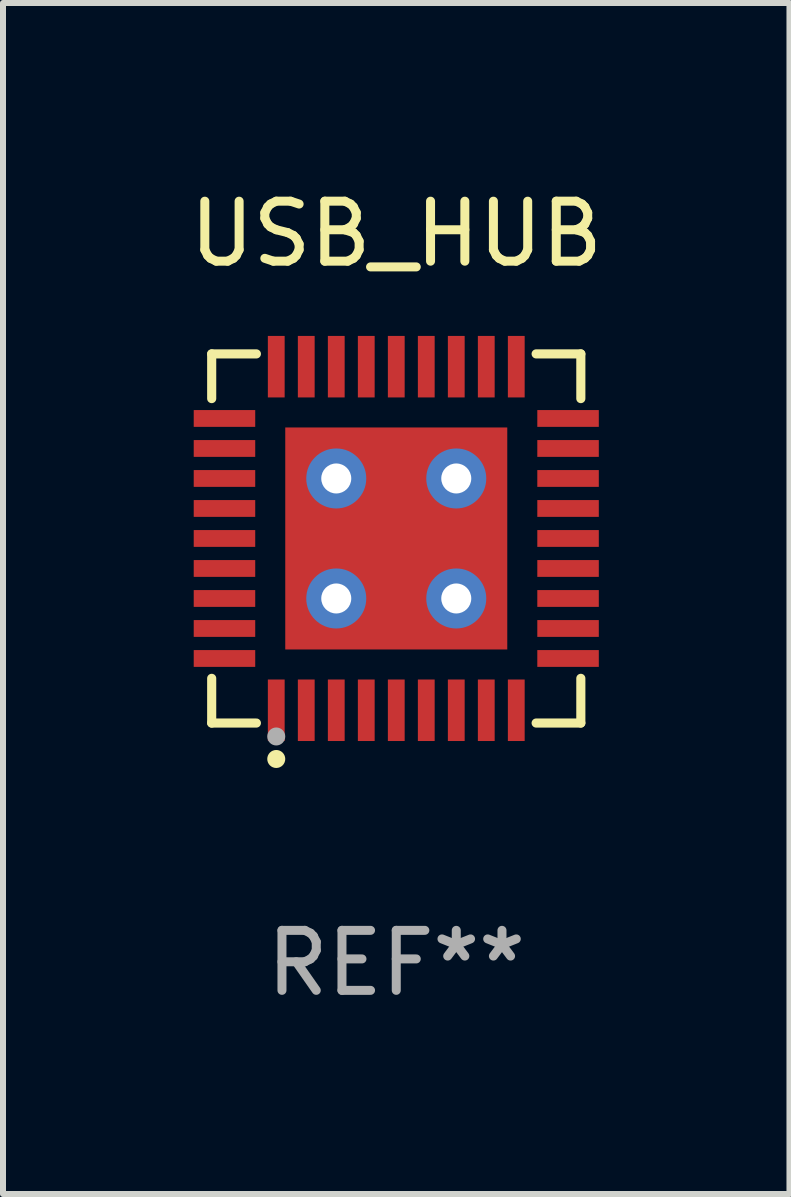
<source format=kicad_pcb>
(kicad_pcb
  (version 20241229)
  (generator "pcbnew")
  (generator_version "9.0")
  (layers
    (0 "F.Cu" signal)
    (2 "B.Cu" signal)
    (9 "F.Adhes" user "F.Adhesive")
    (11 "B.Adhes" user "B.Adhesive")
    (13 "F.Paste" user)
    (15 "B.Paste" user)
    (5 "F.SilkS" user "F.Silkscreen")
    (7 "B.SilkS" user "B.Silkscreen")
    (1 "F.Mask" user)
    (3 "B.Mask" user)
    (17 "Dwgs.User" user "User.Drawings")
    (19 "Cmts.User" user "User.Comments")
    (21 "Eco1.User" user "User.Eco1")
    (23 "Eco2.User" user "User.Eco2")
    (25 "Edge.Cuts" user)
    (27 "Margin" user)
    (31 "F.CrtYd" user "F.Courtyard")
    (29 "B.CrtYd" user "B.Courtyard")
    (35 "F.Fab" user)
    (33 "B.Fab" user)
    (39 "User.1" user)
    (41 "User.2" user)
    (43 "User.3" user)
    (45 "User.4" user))
  (footprint "USB_HUB"
    (layer "F.Cu")
    (at 3.554 5.924)
    (property "Reference" "USB_HUB" (at 0 -5.076 0) (layer "F.SilkS") (effects (font (size 1 1) (thickness 0.15))))
    (attr through_hole)
    (fp_line (start -3.076 -3.076) (end -2.331 -3.076) (stroke (width 0.152) (type solid)) (layer "F.SilkS"))
    (fp_line (start -3.076 -2.331) (end -3.076 -3.076) (stroke (width 0.152) (type solid)) (layer "F.SilkS"))
    (fp_line (start -3.076 2.331) (end -3.076 3.076) (stroke (width 0.152) (type solid)) (layer "F.SilkS"))
    (fp_line (start -3.076 3.076) (end -2.331 3.076) (stroke (width 0.152) (type solid)) (layer "F.SilkS"))
    (fp_line (start 3.076 -3.076) (end 2.331 -3.076) (stroke (width 0.152) (type solid)) (layer "F.SilkS"))
    (fp_line (start 3.076 -2.331) (end 3.076 -3.076) (stroke (width 0.152) (type solid)) (layer "F.SilkS"))
    (fp_line (start 3.076 2.331) (end 3.076 3.076) (stroke (width 0.152) (type solid)) (layer "F.SilkS"))
    (fp_line (start 3.076 3.076) (end 2.331 3.076) (stroke (width 0.152) (type solid)) (layer "F.SilkS"))
    (fp_circle (center -2 3.675) (end -1.925 3.675) (stroke (width 0.15) (type solid)) (fill no) (layer "F.SilkS"))
    (fp_circle (center -2 3.3) (end -1.925 3.3) (stroke (width 0.15) (type solid)) (fill no) (layer "F.Fab"))
    (fp_text user "REF**" (at 0 7.076 0) (layer "F.Fab") (effects (font (size 1 1) (thickness 0.15))))
    (pad "1" smd rect (at -2 2.863) (size 0.28 1.025) (layers "F.Cu" "F.Mask" "F.Paste"))
    (pad "2" smd rect (at -1.5 2.863) (size 0.28 1.025) (layers "F.Cu" "F.Mask" "F.Paste"))
    (pad "3" smd rect (at -1 2.863) (size 0.28 1.025) (layers "F.Cu" "F.Mask" "F.Paste"))
    (pad "4" smd rect (at -0.5 2.863) (size 0.28 1.025) (layers "F.Cu" "F.Mask" "F.Paste"))
    (pad "5" smd rect (at 0 2.863) (size 0.28 1.025) (layers "F.Cu" "F.Mask" "F.Paste"))
    (pad "6" smd rect (at 0.5 2.863) (size 0.28 1.025) (layers "F.Cu" "F.Mask" "F.Paste"))
    (pad "7" smd rect (at 1 2.863) (size 0.28 1.025) (layers "F.Cu" "F.Mask" "F.Paste"))
    (pad "8" smd rect (at 1.5 2.863) (size 0.28 1.025) (layers "F.Cu" "F.Mask" "F.Paste"))
    (pad "9" smd rect (at 2 2.863) (size 0.28 1.025) (layers "F.Cu" "F.Mask" "F.Paste"))
    (pad "10" smd rect (at 2.863 2) (size 1.025 0.28) (layers "F.Cu" "F.Mask" "F.Paste"))
    (pad "11" smd rect (at 2.863 1.5) (size 1.025 0.28) (layers "F.Cu" "F.Mask" "F.Paste"))
    (pad "12" smd rect (at 2.863 1) (size 1.025 0.28) (layers "F.Cu" "F.Mask" "F.Paste"))
    (pad "13" smd rect (at 2.863 0.5) (size 1.025 0.28) (layers "F.Cu" "F.Mask" "F.Paste"))
    (pad "14" smd rect (at 2.863 0) (size 1.025 0.28) (layers "F.Cu" "F.Mask" "F.Paste"))
    (pad "15" smd rect (at 2.863 -0.5) (size 1.025 0.28) (layers "F.Cu" "F.Mask" "F.Paste"))
    (pad "16" smd rect (at 2.863 -1) (size 1.025 0.28) (layers "F.Cu" "F.Mask" "F.Paste"))
    (pad "17" smd rect (at 2.863 -1.5) (size 1.025 0.28) (layers "F.Cu" "F.Mask" "F.Paste"))
    (pad "18" smd rect (at 2.863 -2) (size 1.025 0.28) (layers "F.Cu" "F.Mask" "F.Paste"))
    (pad "19" smd rect (at 2 -2.863) (size 0.28 1.025) (layers "F.Cu" "F.Mask" "F.Paste"))
    (pad "20" smd rect (at 1.5 -2.863) (size 0.28 1.025) (layers "F.Cu" "F.Mask" "F.Paste"))
    (pad "21" smd rect (at 1 -2.863) (size 0.28 1.025) (layers "F.Cu" "F.Mask" "F.Paste"))
    (pad "22" smd rect (at 0.5 -2.863) (size 0.28 1.025) (layers "F.Cu" "F.Mask" "F.Paste"))
    (pad "23" smd rect (at 0 -2.863) (size 0.28 1.025) (layers "F.Cu" "F.Mask" "F.Paste"))
    (pad "24" smd rect (at -0.5 -2.863) (size 0.28 1.025) (layers "F.Cu" "F.Mask" "F.Paste"))
    (pad "25" smd rect (at -1 -2.863) (size 0.28 1.025) (layers "F.Cu" "F.Mask" "F.Paste"))
    (pad "26" smd rect (at -1.5 -2.863) (size 0.28 1.025) (layers "F.Cu" "F.Mask" "F.Paste"))
    (pad "27" smd rect (at -2 -2.863) (size 0.28 1.025) (layers "F.Cu" "F.Mask" "F.Paste"))
    (pad "28" smd rect (at -2.863 -2) (size 1.025 0.28) (layers "F.Cu" "F.Mask" "F.Paste"))
    (pad "29" smd rect (at -2.863 -1.5) (size 1.025 0.28) (layers "F.Cu" "F.Mask" "F.Paste"))
    (pad "30" smd rect (at -2.863 -1) (size 1.025 0.28) (layers "F.Cu" "F.Mask" "F.Paste"))
    (pad "31" smd rect (at -2.863 -0.5) (size 1.025 0.28) (layers "F.Cu" "F.Mask" "F.Paste"))
    (pad "32" smd rect (at -2.863 0) (size 1.025 0.28) (layers "F.Cu" "F.Mask" "F.Paste"))
    (pad "33" smd rect (at -2.863 0.5) (size 1.025 0.28) (layers "F.Cu" "F.Mask" "F.Paste"))
    (pad "34" smd rect (at -2.863 1) (size 1.025 0.28) (layers "F.Cu" "F.Mask" "F.Paste"))
    (pad "35" smd rect (at -2.863 1.5) (size 1.025 0.28) (layers "F.Cu" "F.Mask" "F.Paste"))
    (pad "36" smd rect (at -2.863 2) (size 1.025 0.28) (layers "F.Cu" "F.Mask" "F.Paste"))
    (pad "37" thru_hole circle (at -1 -1) (size 1 1) (drill 0.5) (layers "*.Cu" "*.Mask"))
    (pad "37" smd rect (at -1 0) (size 0.85 0.85) (layers "F.Cu" "F.Mask" "F.Paste"))
    (pad "37" thru_hole circle (at -1 1) (size 1 1) (drill 0.5) (layers "*.Cu" "*.Mask"))
    (pad "37" smd rect (at 0 -1) (size 0.85 0.85) (layers "F.Cu" "F.Mask" "F.Paste"))
    (pad "37" smd rect (at 0 0) (size 0.85 0.85) (layers "F.Cu" "F.Mask" "F.Paste"))
    (pad "37" smd rect (at 0 0) (size 3.7 3.7) (layers "F.Cu" "F.Mask" "F.Paste"))
    (pad "37" smd rect (at 0 1) (size 0.85 0.85) (layers "F.Cu" "F.Mask" "F.Paste"))
    (pad "37" thru_hole circle (at 1 -1) (size 1 1) (drill 0.5) (layers "*.Cu" "*.Mask"))
    (pad "37" smd rect (at 1 0) (size 0.85 0.85) (layers "F.Cu" "F.Mask" "F.Paste"))
    (pad "37" thru_hole circle (at 1 1) (size 1 1) (drill 0.5) (layers "*.Cu" "*.Mask")))
  (gr_rect
    (start -3 -3)
    (end 10.107 16.849)
    (stroke (width 0.1) (type default))
    (fill no)
    (layer "Edge.Cuts")))
</source>
